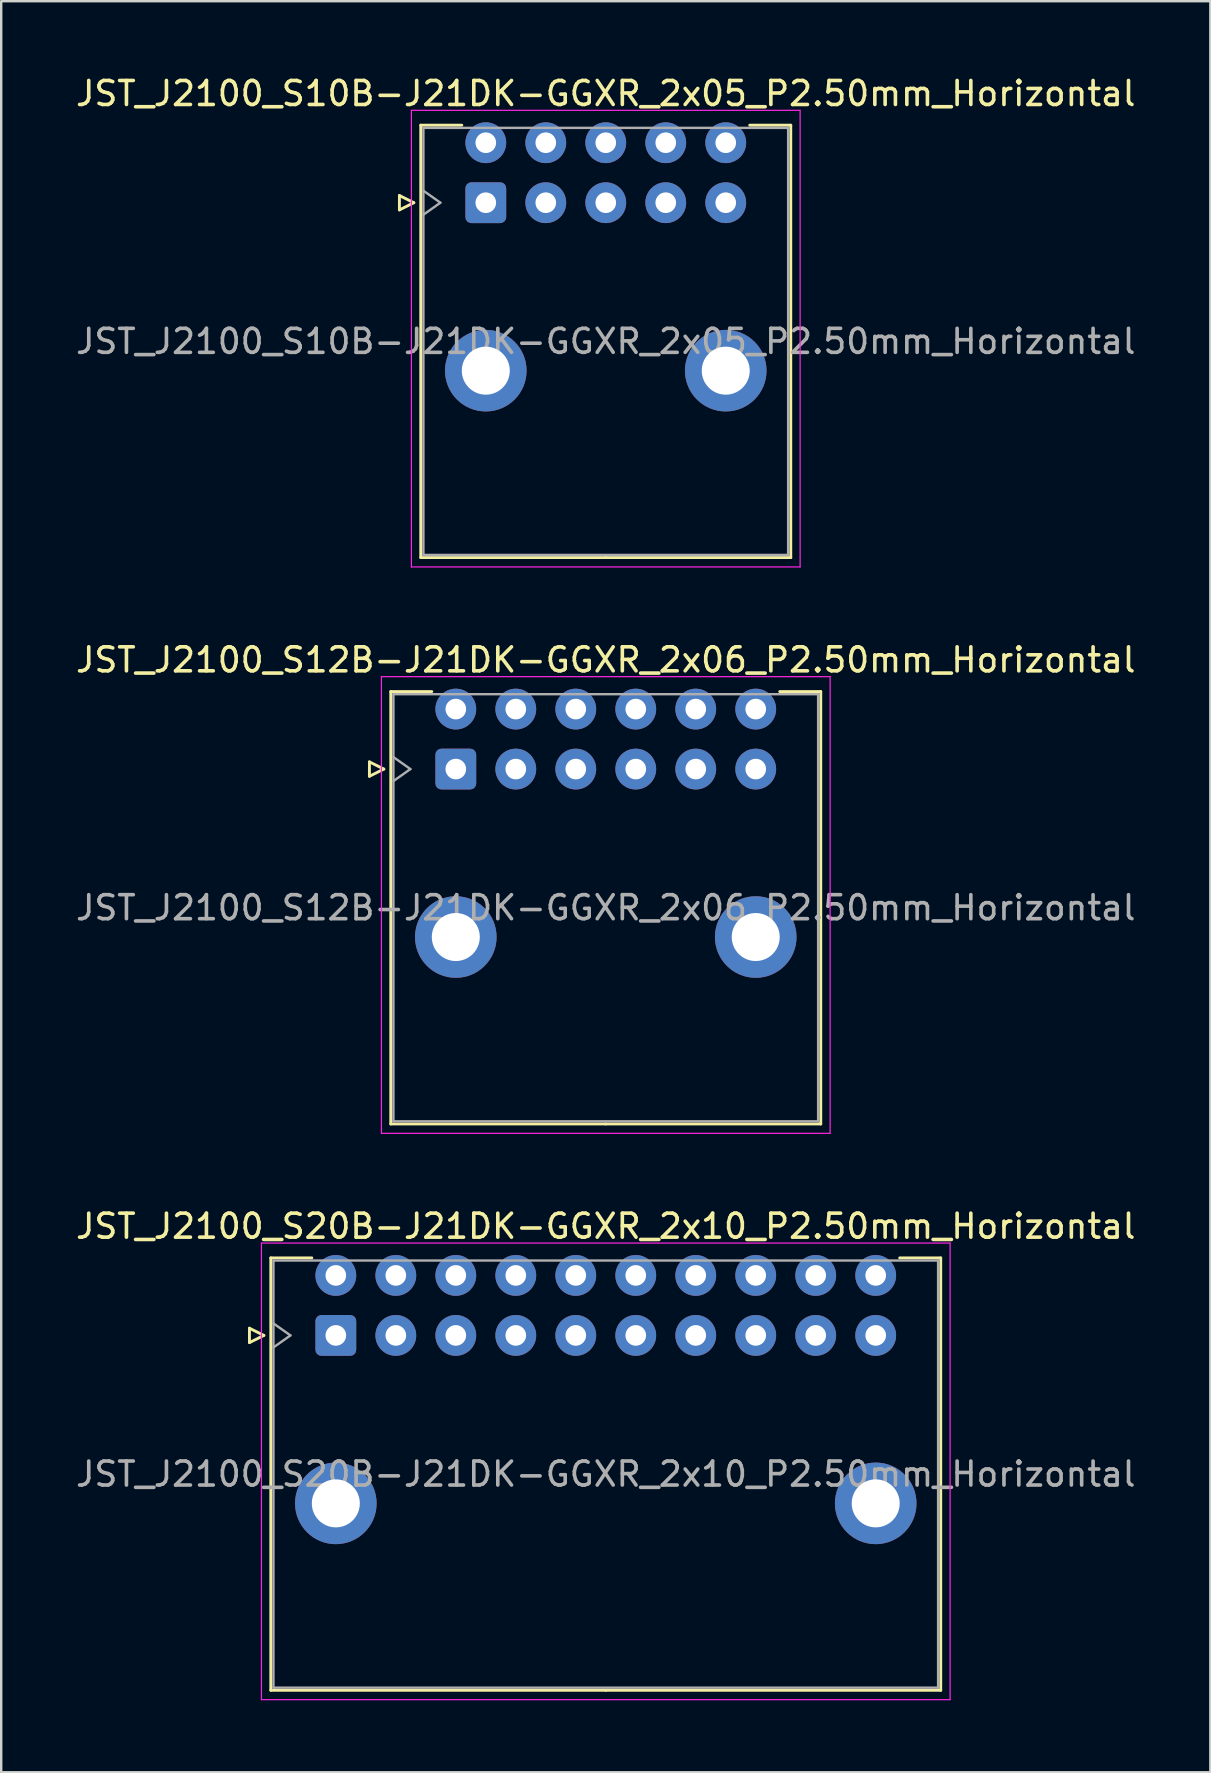
<source format=kicad_pcb>
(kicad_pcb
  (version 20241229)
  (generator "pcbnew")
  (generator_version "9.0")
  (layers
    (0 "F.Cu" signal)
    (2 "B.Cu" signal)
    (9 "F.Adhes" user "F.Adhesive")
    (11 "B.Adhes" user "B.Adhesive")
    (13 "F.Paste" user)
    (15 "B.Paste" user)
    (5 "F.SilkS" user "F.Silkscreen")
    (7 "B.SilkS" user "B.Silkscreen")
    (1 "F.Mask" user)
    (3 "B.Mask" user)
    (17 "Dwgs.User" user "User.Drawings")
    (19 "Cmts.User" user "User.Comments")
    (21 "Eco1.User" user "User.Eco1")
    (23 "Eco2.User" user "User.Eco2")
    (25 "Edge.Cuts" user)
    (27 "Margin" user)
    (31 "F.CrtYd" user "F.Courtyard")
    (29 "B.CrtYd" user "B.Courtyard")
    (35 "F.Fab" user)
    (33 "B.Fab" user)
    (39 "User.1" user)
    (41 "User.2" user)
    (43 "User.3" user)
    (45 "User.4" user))
  (footprint "JST_J2100_S10B-J21DK-GGXR_2x05_P2.50mm_Horizontal"
    (layer "F.Cu")
    (at 17.196 5.398)
    (property "Reference" "JST_J2100_S10B-J21DK-GGXR_2x05_P2.50mm_Horizontal" (at 5 -4.55 0) (layer "F.SilkS") (effects (font (size 1 1) (thickness 0.15))))
    (attr through_hole)
    (fp_line (start -3.6 -0.3) (end -3 0) (stroke (width 0.12) (type solid)) (layer "F.SilkS"))
    (fp_line (start -3.6 0.3) (end -3.6 -0.3) (stroke (width 0.12) (type solid)) (layer "F.SilkS"))
    (fp_line (start -3 0) (end -3.6 0.3) (stroke (width 0.12) (type solid)) (layer "F.SilkS"))
    (fp_line (start -2.71 -3.23) (end -2.71 14.79) (stroke (width 0.12) (type solid)) (layer "F.SilkS"))
    (fp_line (start -2.71 14.79) (end 5 14.79) (stroke (width 0.12) (type solid)) (layer "F.SilkS"))
    (fp_line (start -1 -3.23) (end -2.71 -3.23) (stroke (width 0.12) (type solid)) (layer "F.SilkS"))
    (fp_line (start 11 -3.23) (end 12.71 -3.23) (stroke (width 0.12) (type solid)) (layer "F.SilkS"))
    (fp_line (start 12.71 -3.23) (end 12.71 14.79) (stroke (width 0.12) (type solid)) (layer "F.SilkS"))
    (fp_line (start 12.71 14.79) (end 5 14.79) (stroke (width 0.12) (type solid)) (layer "F.SilkS"))
    (fp_line (start -3.1 -3.85) (end -3.1 15.18) (stroke (width 0.05) (type solid)) (layer "F.CrtYd"))
    (fp_line (start -3.1 15.18) (end 13.1 15.18) (stroke (width 0.05) (type solid)) (layer "F.CrtYd"))
    (fp_line (start 13.1 -3.85) (end -3.1 -3.85) (stroke (width 0.05) (type solid)) (layer "F.CrtYd"))
    (fp_line (start 13.1 15.18) (end 13.1 -3.85) (stroke (width 0.05) (type solid)) (layer "F.CrtYd"))
    (fp_line (start -2.6 -3.12) (end -2.6 14.68) (stroke (width 0.1) (type solid)) (layer "F.Fab"))
    (fp_line (start -2.6 0.5) (end -1.893 0) (stroke (width 0.1) (type solid)) (layer "F.Fab"))
    (fp_line (start -2.6 14.68) (end 12.6 14.68) (stroke (width 0.1) (type solid)) (layer "F.Fab"))
    (fp_line (start -1.893 0) (end -2.6 -0.5) (stroke (width 0.1) (type solid)) (layer "F.Fab"))
    (fp_line (start 12.6 -3.12) (end -2.6 -3.12) (stroke (width 0.1) (type solid)) (layer "F.Fab"))
    (fp_line (start 12.6 14.68) (end 12.6 -3.12) (stroke (width 0.1) (type solid)) (layer "F.Fab"))
    (fp_text user "${REFERENCE}" (at 5 5.78 0) (layer "F.Fab") (effects (font (size 1 1) (thickness 0.15))))
    (pad "" thru_hole circle (at 0 7) (size 3.4 3.4) (drill 2) (layers "*.Cu" "*.Mask"))
    (pad "" thru_hole circle (at 10 7) (size 3.4 3.4) (drill 2) (layers "*.Cu" "*.Mask"))
    (pad "1" thru_hole roundrect (at 0 0) (size 1.7 1.7) (drill 0.86) (layers "*.Cu" "*.Mask") (roundrect_rratio 0.147))
    (pad "2" thru_hole circle (at 2.5 0) (size 1.7 1.7) (drill 0.86) (layers "*.Cu" "*.Mask"))
    (pad "3" thru_hole circle (at 5 0) (size 1.7 1.7) (drill 0.86) (layers "*.Cu" "*.Mask"))
    (pad "4" thru_hole circle (at 7.5 0) (size 1.7 1.7) (drill 0.86) (layers "*.Cu" "*.Mask"))
    (pad "5" thru_hole circle (at 10 0) (size 1.7 1.7) (drill 0.86) (layers "*.Cu" "*.Mask"))
    (pad "6" thru_hole circle (at 0 -2.5) (size 1.7 1.7) (drill 0.86) (layers "*.Cu" "*.Mask"))
    (pad "7" thru_hole circle (at 2.5 -2.5) (size 1.7 1.7) (drill 0.86) (layers "*.Cu" "*.Mask"))
    (pad "8" thru_hole circle (at 5 -2.5) (size 1.7 1.7) (drill 0.86) (layers "*.Cu" "*.Mask"))
    (pad "9" thru_hole circle (at 7.5 -2.5) (size 1.7 1.7) (drill 0.86) (layers "*.Cu" "*.Mask"))
    (pad "10" thru_hole circle (at 10 -2.5) (size 1.7 1.7) (drill 0.86) (layers "*.Cu" "*.Mask")))
  (footprint "JST_J2100_S20B-J21DK-GGXR_2x10_P2.50mm_Horizontal"
    (layer "F.Cu")
    (at 10.946 52.605)
    (property "Reference" "JST_J2100_S20B-J21DK-GGXR_2x10_P2.50mm_Horizontal" (at 11.25 -4.55 0) (layer "F.SilkS") (effects (font (size 1 1) (thickness 0.15))))
    (attr through_hole)
    (fp_line (start -3.6 -0.3) (end -3 0) (stroke (width 0.12) (type solid)) (layer "F.SilkS"))
    (fp_line (start -3.6 0.3) (end -3.6 -0.3) (stroke (width 0.12) (type solid)) (layer "F.SilkS"))
    (fp_line (start -3 0) (end -3.6 0.3) (stroke (width 0.12) (type solid)) (layer "F.SilkS"))
    (fp_line (start -2.71 -3.23) (end -2.71 14.79) (stroke (width 0.12) (type solid)) (layer "F.SilkS"))
    (fp_line (start -2.71 14.79) (end 11.25 14.79) (stroke (width 0.12) (type solid)) (layer "F.SilkS"))
    (fp_line (start -1 -3.23) (end -2.71 -3.23) (stroke (width 0.12) (type solid)) (layer "F.SilkS"))
    (fp_line (start 23.5 -3.23) (end 25.21 -3.23) (stroke (width 0.12) (type solid)) (layer "F.SilkS"))
    (fp_line (start 25.21 -3.23) (end 25.21 14.79) (stroke (width 0.12) (type solid)) (layer "F.SilkS"))
    (fp_line (start 25.21 14.79) (end 11.25 14.79) (stroke (width 0.12) (type solid)) (layer "F.SilkS"))
    (fp_line (start -3.1 -3.85) (end -3.1 15.18) (stroke (width 0.05) (type solid)) (layer "F.CrtYd"))
    (fp_line (start -3.1 15.18) (end 25.6 15.18) (stroke (width 0.05) (type solid)) (layer "F.CrtYd"))
    (fp_line (start 25.6 -3.85) (end -3.1 -3.85) (stroke (width 0.05) (type solid)) (layer "F.CrtYd"))
    (fp_line (start 25.6 15.18) (end 25.6 -3.85) (stroke (width 0.05) (type solid)) (layer "F.CrtYd"))
    (fp_line (start -2.6 -3.12) (end -2.6 14.68) (stroke (width 0.1) (type solid)) (layer "F.Fab"))
    (fp_line (start -2.6 0.5) (end -1.893 0) (stroke (width 0.1) (type solid)) (layer "F.Fab"))
    (fp_line (start -2.6 14.68) (end 25.1 14.68) (stroke (width 0.1) (type solid)) (layer "F.Fab"))
    (fp_line (start -1.893 0) (end -2.6 -0.5) (stroke (width 0.1) (type solid)) (layer "F.Fab"))
    (fp_line (start 25.1 -3.12) (end -2.6 -3.12) (stroke (width 0.1) (type solid)) (layer "F.Fab"))
    (fp_line (start 25.1 14.68) (end 25.1 -3.12) (stroke (width 0.1) (type solid)) (layer "F.Fab"))
    (fp_text user "${REFERENCE}" (at 11.25 5.78 0) (layer "F.Fab") (effects (font (size 1 1) (thickness 0.15))))
    (pad "" thru_hole circle (at 0 7) (size 3.4 3.4) (drill 2) (layers "*.Cu" "*.Mask"))
    (pad "" thru_hole circle (at 22.5 7) (size 3.4 3.4) (drill 2) (layers "*.Cu" "*.Mask"))
    (pad "1" thru_hole roundrect (at 0 0) (size 1.7 1.7) (drill 0.86) (layers "*.Cu" "*.Mask") (roundrect_rratio 0.147))
    (pad "2" thru_hole circle (at 2.5 0) (size 1.7 1.7) (drill 0.86) (layers "*.Cu" "*.Mask"))
    (pad "3" thru_hole circle (at 5 0) (size 1.7 1.7) (drill 0.86) (layers "*.Cu" "*.Mask"))
    (pad "4" thru_hole circle (at 7.5 0) (size 1.7 1.7) (drill 0.86) (layers "*.Cu" "*.Mask"))
    (pad "5" thru_hole circle (at 10 0) (size 1.7 1.7) (drill 0.86) (layers "*.Cu" "*.Mask"))
    (pad "6" thru_hole circle (at 12.5 0) (size 1.7 1.7) (drill 0.86) (layers "*.Cu" "*.Mask"))
    (pad "7" thru_hole circle (at 15 0) (size 1.7 1.7) (drill 0.86) (layers "*.Cu" "*.Mask"))
    (pad "8" thru_hole circle (at 17.5 0) (size 1.7 1.7) (drill 0.86) (layers "*.Cu" "*.Mask"))
    (pad "9" thru_hole circle (at 20 0) (size 1.7 1.7) (drill 0.86) (layers "*.Cu" "*.Mask"))
    (pad "10" thru_hole circle (at 22.5 0) (size 1.7 1.7) (drill 0.86) (layers "*.Cu" "*.Mask"))
    (pad "11" thru_hole circle (at 0 -2.5) (size 1.7 1.7) (drill 0.86) (layers "*.Cu" "*.Mask"))
    (pad "12" thru_hole circle (at 2.5 -2.5) (size 1.7 1.7) (drill 0.86) (layers "*.Cu" "*.Mask"))
    (pad "13" thru_hole circle (at 5 -2.5) (size 1.7 1.7) (drill 0.86) (layers "*.Cu" "*.Mask"))
    (pad "14" thru_hole circle (at 7.5 -2.5) (size 1.7 1.7) (drill 0.86) (layers "*.Cu" "*.Mask"))
    (pad "15" thru_hole circle (at 10 -2.5) (size 1.7 1.7) (drill 0.86) (layers "*.Cu" "*.Mask"))
    (pad "16" thru_hole circle (at 12.5 -2.5) (size 1.7 1.7) (drill 0.86) (layers "*.Cu" "*.Mask"))
    (pad "17" thru_hole circle (at 15 -2.5) (size 1.7 1.7) (drill 0.86) (layers "*.Cu" "*.Mask"))
    (pad "18" thru_hole circle (at 17.5 -2.5) (size 1.7 1.7) (drill 0.86) (layers "*.Cu" "*.Mask"))
    (pad "19" thru_hole circle (at 20 -2.5) (size 1.7 1.7) (drill 0.86) (layers "*.Cu" "*.Mask"))
    (pad "20" thru_hole circle (at 22.5 -2.5) (size 1.7 1.7) (drill 0.86) (layers "*.Cu" "*.Mask")))
  (footprint "JST_J2100_S12B-J21DK-GGXR_2x06_P2.50mm_Horizontal"
    (layer "F.Cu")
    (at 15.946 29.002)
    (property "Reference" "JST_J2100_S12B-J21DK-GGXR_2x06_P2.50mm_Horizontal" (at 6.25 -4.55 0) (layer "F.SilkS") (effects (font (size 1 1) (thickness 0.15))))
    (attr through_hole)
    (fp_line (start -3.6 -0.3) (end -3 0) (stroke (width 0.12) (type solid)) (layer "F.SilkS"))
    (fp_line (start -3.6 0.3) (end -3.6 -0.3) (stroke (width 0.12) (type solid)) (layer "F.SilkS"))
    (fp_line (start -3 0) (end -3.6 0.3) (stroke (width 0.12) (type solid)) (layer "F.SilkS"))
    (fp_line (start -2.71 -3.23) (end -2.71 14.79) (stroke (width 0.12) (type solid)) (layer "F.SilkS"))
    (fp_line (start -2.71 14.79) (end 6.25 14.79) (stroke (width 0.12) (type solid)) (layer "F.SilkS"))
    (fp_line (start -1 -3.23) (end -2.71 -3.23) (stroke (width 0.12) (type solid)) (layer "F.SilkS"))
    (fp_line (start 13.5 -3.23) (end 15.21 -3.23) (stroke (width 0.12) (type solid)) (layer "F.SilkS"))
    (fp_line (start 15.21 -3.23) (end 15.21 14.79) (stroke (width 0.12) (type solid)) (layer "F.SilkS"))
    (fp_line (start 15.21 14.79) (end 6.25 14.79) (stroke (width 0.12) (type solid)) (layer "F.SilkS"))
    (fp_line (start -3.1 -3.85) (end -3.1 15.18) (stroke (width 0.05) (type solid)) (layer "F.CrtYd"))
    (fp_line (start -3.1 15.18) (end 15.6 15.18) (stroke (width 0.05) (type solid)) (layer "F.CrtYd"))
    (fp_line (start 15.6 -3.85) (end -3.1 -3.85) (stroke (width 0.05) (type solid)) (layer "F.CrtYd"))
    (fp_line (start 15.6 15.18) (end 15.6 -3.85) (stroke (width 0.05) (type solid)) (layer "F.CrtYd"))
    (fp_line (start -2.6 -3.12) (end -2.6 14.68) (stroke (width 0.1) (type solid)) (layer "F.Fab"))
    (fp_line (start -2.6 0.5) (end -1.893 0) (stroke (width 0.1) (type solid)) (layer "F.Fab"))
    (fp_line (start -2.6 14.68) (end 15.1 14.68) (stroke (width 0.1) (type solid)) (layer "F.Fab"))
    (fp_line (start -1.893 0) (end -2.6 -0.5) (stroke (width 0.1) (type solid)) (layer "F.Fab"))
    (fp_line (start 15.1 -3.12) (end -2.6 -3.12) (stroke (width 0.1) (type solid)) (layer "F.Fab"))
    (fp_line (start 15.1 14.68) (end 15.1 -3.12) (stroke (width 0.1) (type solid)) (layer "F.Fab"))
    (fp_text user "${REFERENCE}" (at 6.25 5.78 0) (layer "F.Fab") (effects (font (size 1 1) (thickness 0.15))))
    (pad "" thru_hole circle (at 0 7) (size 3.4 3.4) (drill 2) (layers "*.Cu" "*.Mask"))
    (pad "" thru_hole circle (at 12.5 7) (size 3.4 3.4) (drill 2) (layers "*.Cu" "*.Mask"))
    (pad "1" thru_hole roundrect (at 0 0) (size 1.7 1.7) (drill 0.86) (layers "*.Cu" "*.Mask") (roundrect_rratio 0.147))
    (pad "2" thru_hole circle (at 2.5 0) (size 1.7 1.7) (drill 0.86) (layers "*.Cu" "*.Mask"))
    (pad "3" thru_hole circle (at 5 0) (size 1.7 1.7) (drill 0.86) (layers "*.Cu" "*.Mask"))
    (pad "4" thru_hole circle (at 7.5 0) (size 1.7 1.7) (drill 0.86) (layers "*.Cu" "*.Mask"))
    (pad "5" thru_hole circle (at 10 0) (size 1.7 1.7) (drill 0.86) (layers "*.Cu" "*.Mask"))
    (pad "6" thru_hole circle (at 12.5 0) (size 1.7 1.7) (drill 0.86) (layers "*.Cu" "*.Mask"))
    (pad "7" thru_hole circle (at 0 -2.5) (size 1.7 1.7) (drill 0.86) (layers "*.Cu" "*.Mask"))
    (pad "8" thru_hole circle (at 2.5 -2.5) (size 1.7 1.7) (drill 0.86) (layers "*.Cu" "*.Mask"))
    (pad "9" thru_hole circle (at 5 -2.5) (size 1.7 1.7) (drill 0.86) (layers "*.Cu" "*.Mask"))
    (pad "10" thru_hole circle (at 7.5 -2.5) (size 1.7 1.7) (drill 0.86) (layers "*.Cu" "*.Mask"))
    (pad "11" thru_hole circle (at 10 -2.5) (size 1.7 1.7) (drill 0.86) (layers "*.Cu" "*.Mask"))
    (pad "12" thru_hole circle (at 12.5 -2.5) (size 1.7 1.7) (drill 0.86) (layers "*.Cu" "*.Mask")))
  (gr_rect
    (start -3 -3)
    (end 47.393 70.81)
    (stroke (width 0.1) (type default))
    (fill no)
    (layer "Edge.Cuts")))
</source>
